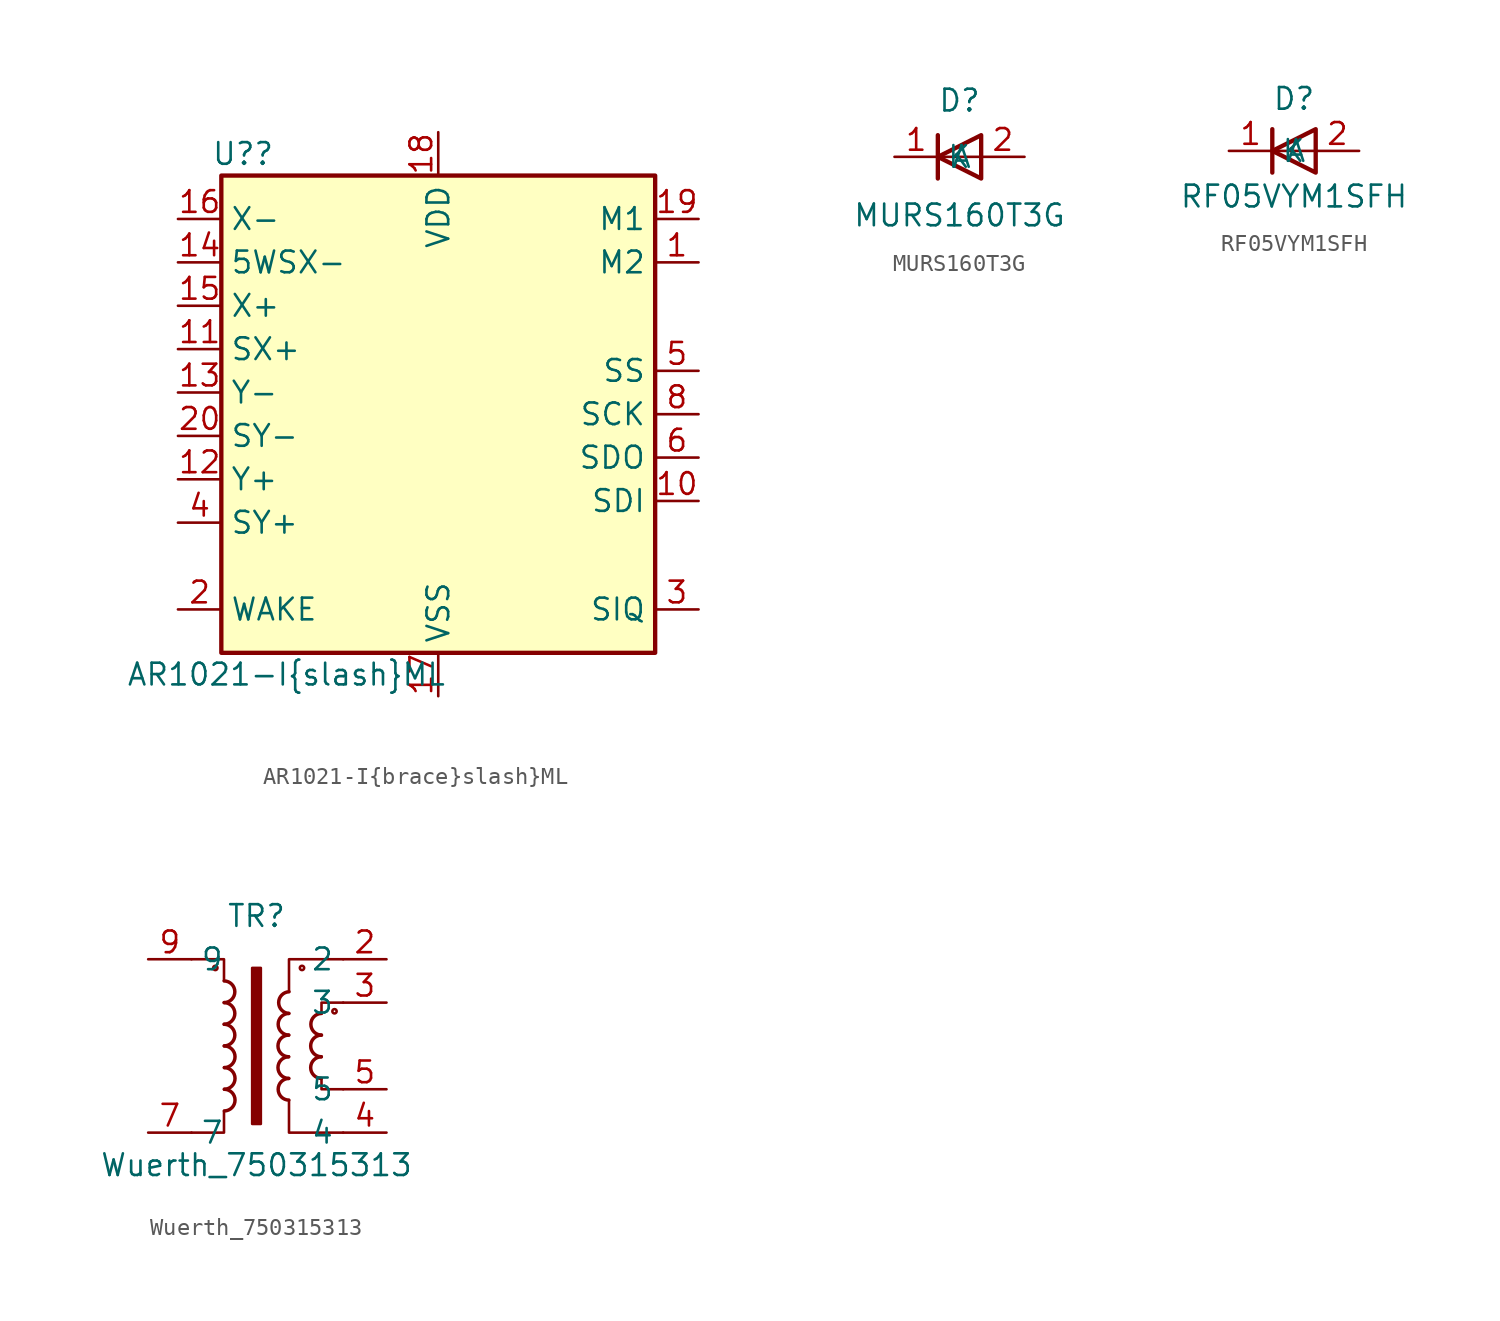
<source format=kicad_sym>
(kicad_symbol_lib
  (version 20211014)
  (generator kicad_symbol_editor)
  (symbol "AR1021-I{brace}slash}ML"
    (property "Reference" "U?"
      (at -11.43 15.24 0)
      (effects (font (size 1.27 1.27))))
    (property "Value" "AR1021-I{brace}slash}ML"
      (at -8.89 -15.24 0)
      (effects (font (size 1.27 1.27))))
    (symbol "AR1021-I{brace}slash}ML_0_1"
      (rectangle (start -12.7 13.97) (end 12.7 -13.97) (stroke (width 0.254) (type default) (color 0 0 0 0)) (fill (type background))))
    (symbol "AR1021-I{brace}slash}ML_1_1"
      (pin input line (at 15.24 8.89 180) (length 2.54) (name "M2" (effects (font (size 1.27 1.27)))) (number "1" (effects (font (size 1.27 1.27)))))
      (pin input line (at 15.24 -5.08 180) (length 2.54) (name "SDI" (effects (font (size 1.27 1.27)))) (number "10" (effects (font (size 1.27 1.27)))))
      (pin input line (at -15.24 3.81 0) (length 2.54) (name "SX+" (effects (font (size 1.27 1.27)))) (number "11" (effects (font (size 1.27 1.27)))))
      (pin input line (at -15.24 -3.81 0) (length 2.54) (name "Y+" (effects (font (size 1.27 1.27)))) (number "12" (effects (font (size 1.27 1.27)))))
      (pin input line (at -15.24 1.27 0) (length 2.54) (name "Y-" (effects (font (size 1.27 1.27)))) (number "13" (effects (font (size 1.27 1.27)))))
      (pin input line (at -15.24 8.89 0) (length 2.54) (name "5WSX-" (effects (font (size 1.27 1.27)))) (number "14" (effects (font (size 1.27 1.27)))))
      (pin input line (at -15.24 6.35 0) (length 2.54) (name "X+" (effects (font (size 1.27 1.27)))) (number "15" (effects (font (size 1.27 1.27)))))
      (pin input line (at -15.24 11.43 0) (length 2.54) (name "X-" (effects (font (size 1.27 1.27)))) (number "16" (effects (font (size 1.27 1.27)))))
      (pin power_in line (at 0 -16.51 90) (length 2.54) (name "VSS" (effects (font (size 1.27 1.27)))) (number "17" (effects (font (size 1.27 1.27)))))
      (pin power_in line (at 0 16.51 270) (length 2.54) (name "VDD" (effects (font (size 1.27 1.27)))) (number "18" (effects (font (size 1.27 1.27)))))
      (pin input line (at 15.24 11.43 180) (length 2.54) (name "M1" (effects (font (size 1.27 1.27)))) (number "19" (effects (font (size 1.27 1.27)))))
      (pin input line (at -15.24 -11.43 0) (length 2.54) (name "WAKE" (effects (font (size 1.27 1.27)))) (number "2" (effects (font (size 1.27 1.27)))))
      (pin input line (at -15.24 -1.27 0) (length 2.54) (name "SY-" (effects (font (size 1.27 1.27)))) (number "20" (effects (font (size 1.27 1.27)))))
      (pin output line (at 15.24 -11.43 180) (length 2.54) (name "SIQ" (effects (font (size 1.27 1.27)))) (number "3" (effects (font (size 1.27 1.27)))))
      (pin input line (at -15.24 -6.35 0) (length 2.54) (name "SY+" (effects (font (size 1.27 1.27)))) (number "4" (effects (font (size 1.27 1.27)))))
      (pin input line (at 15.24 2.54 180) (length 2.54) (name "SS" (effects (font (size 1.27 1.27)))) (number "5" (effects (font (size 1.27 1.27)))))
      (pin output line (at 15.24 -2.54 180) (length 2.54) (name "SDO" (effects (font (size 1.27 1.27)))) (number "6" (effects (font (size 1.27 1.27)))))
      (pin no_connect line (at 3.175 -13.97 90) (length 2.54) hide (name "NC" (effects (font (size 1.27 1.27)))) (number "7" (effects (font (size 1.27 1.27)))))
      (pin input line (at 15.24 0 180) (length 2.54) (name "SCK" (effects (font (size 1.27 1.27)))) (number "8" (effects (font (size 1.27 1.27)))))
      (pin no_connect line (at 5.08 -13.97 90) (length 2.54) hide (name "NC" (effects (font (size 1.27 1.27)))) (number "9" (effects (font (size 1.27 1.27)))))))
  (symbol "MURS160T3G"
    (property "Reference" "D"
      (at 0 3.302 0)
      (effects (font (size 1.27 1.27))))
    (property "Value" "MURS160T3G"
      (at 0 -3.429 0)
      (effects (font (size 1.27 1.27))))
    (symbol "MURS160T3G_0_1"
      (polyline (pts (xy -1.27 1.27) (xy -1.27 -1.27)) (stroke (width 0.254) (type default) (color 0 0 0 0)) (fill (type none)))
      (polyline (pts (xy 1.27 0) (xy -1.27 0)) (stroke (width 0) (type default) (color 0 0 0 0)) (fill (type none)))
      (polyline (pts (xy 1.27 1.27) (xy 1.27 -1.27) (xy -1.27 0) (xy 1.27 1.27)) (stroke (width 0.254) (type default) (color 0 0 0 0)) (fill (type none))))
    (symbol "MURS160T3G_1_1"
      (pin passive line (at -3.81 0 0) (length 2.54) (name "K" (effects (font (size 1.27 1.27)))) (number "1" (effects (font (size 1.27 1.27)))))
      (pin passive line (at 3.81 0 180) (length 2.54) (name "A" (effects (font (size 1.27 1.27)))) (number "2" (effects (font (size 1.27 1.27)))))))
  (symbol "RF05VYM1SFH"
    (property "Reference" "D"
      (at 0 3.048 0)
      (effects (font (size 1.27 1.27))))
    (property "Value" "RF05VYM1SFH"
      (at 0 -2.667 0)
      (effects (font (size 1.27 1.27))))
    (symbol "RF05VYM1SFH_0_1"
      (polyline (pts (xy -1.27 1.27) (xy -1.27 -1.27)) (stroke (width 0.254) (type default) (color 0 0 0 0)) (fill (type none)))
      (polyline (pts (xy 1.27 0) (xy -1.27 0)) (stroke (width 0) (type default) (color 0 0 0 0)) (fill (type none)))
      (polyline (pts (xy 1.27 1.27) (xy 1.27 -1.27) (xy -1.27 0) (xy 1.27 1.27)) (stroke (width 0.254) (type default) (color 0 0 0 0)) (fill (type none))))
    (symbol "RF05VYM1SFH_1_1"
      (pin passive line (at -3.81 0 0) (length 2.54) (name "K" (effects (font (size 1.27 1.27)))) (number "1" (effects (font (size 1.27 1.27)))))
      (pin passive line (at 3.81 0 180) (length 2.54) (name "A" (effects (font (size 1.27 1.27)))) (number "2" (effects (font (size 1.27 1.27)))))))
  (symbol "Wuerth_750315313"
    (property "Reference" "TR"
      (at 0 7.62 0)
      (effects (font (size 1.27 1.27))))
    (property "Value" "Wuerth_750315313"
      (at 0 -6.985 0)
      (effects (font (size 1.27 1.27))))
    (symbol "Wuerth_750315313_0_1"
      (circle (center -2.413 4.572) (radius 0.127) (stroke (width 0) (type default) (color 0 0 0 0)) (fill (type none)))
      (arc (start -1.8937 0) (mid -1.2699 0.635) (end -1.8937 1.27) (stroke (width 0.2032) (type default) (color 0 0 0 0)) (fill (type none)))
      (arc (start -1.8937 1.27) (mid -1.2699 1.905) (end -1.8937 2.54) (stroke (width 0.2032) (type default) (color 0 0 0 0)) (fill (type none)))
      (arc (start -1.8937 2.54) (mid -1.2699 3.175) (end -1.8937 3.81) (stroke (width 0.2032) (type default) (color 0 0 0 0)) (fill (type none)))
      (arc (start -1.8824 -3.81) (mid -1.2586 -3.175) (end -1.8824 -2.54) (stroke (width 0.2032) (type default) (color 0 0 0 0)) (fill (type none)))
      (arc (start -1.8824 -2.54) (mid -1.2586 -1.905) (end -1.8824 -1.27) (stroke (width 0.2032) (type default) (color 0 0 0 0)) (fill (type none)))
      (arc (start -1.8824 -1.27) (mid -1.2586 -0.635) (end -1.8824 0) (stroke (width 0.2032) (type default) (color 0 0 0 0)) (fill (type none)))
      (rectangle (start -0.254 4.572) (end 0.254 -4.572) (stroke (width 0) (type default) (color 0 0 0 0)) (fill (type outline)))
      (polyline (pts (xy -3.81 -5.08) (xy -1.905 -5.08) (xy -1.905 -3.81)) (stroke (width 0) (type default) (color 0 0 0 0)) (fill (type none)))
      (polyline (pts (xy -3.81 5.08) (xy -1.905 5.08) (xy -1.905 3.81)) (stroke (width 0) (type default) (color 0 0 0 0)) (fill (type none)))
      (polyline (pts (xy 3.81 1.905) (xy 3.81 2.54) (xy 5.08 2.54)) (stroke (width 0) (type default) (color 0 0 0 0)) (fill (type none)))
      (polyline (pts (xy 5.08 -5.08) (xy 1.905 -5.08) (xy 1.905 -3.175)) (stroke (width 0) (type default) (color 0 0 0 0)) (fill (type none)))
      (polyline (pts (xy 5.08 -2.54) (xy 3.81 -2.54) (xy 3.81 -1.905)) (stroke (width 0) (type default) (color 0 0 0 0)) (fill (type none)))
      (polyline (pts (xy 5.08 5.08) (xy 1.905 5.08) (xy 1.905 3.175)) (stroke (width 0) (type default) (color 0 0 0 0)) (fill (type none)))
      (arc (start 1.8824 -0.635) (mid 1.2586 -1.27) (end 1.8824 -1.905) (stroke (width 0.2032) (type default) (color 0 0 0 0)) (fill (type none)))
      (arc (start 1.8824 0.635) (mid 1.2586 0) (end 1.8824 -0.635) (stroke (width 0.2032) (type default) (color 0 0 0 0)) (fill (type none)))
      (arc (start 1.8937 -1.905) (mid 1.2699 -2.54) (end 1.8937 -3.175) (stroke (width 0.2032) (type default) (color 0 0 0 0)) (fill (type none)))
      (arc (start 1.8937 1.905) (mid 1.2699 1.27) (end 1.8937 0.635) (stroke (width 0.2032) (type default) (color 0 0 0 0)) (fill (type none)))
      (arc (start 1.905 3.175) (mid 1.2986 2.5454) (end 1.8937 1.905) (stroke (width 0.2032) (type default) (color 0 0 0 0)) (fill (type none)))
      (circle (center 2.667 4.572) (radius 0.127) (stroke (width 0) (type default) (color 0 0 0 0)) (fill (type none)))
      (arc (start 3.7987 -0.635) (mid 3.1749 -1.27) (end 3.7987 -1.905) (stroke (width 0.2032) (type default) (color 0 0 0 0)) (fill (type none)))
      (arc (start 3.7987 0.635) (mid 3.1749 0) (end 3.7987 -0.635) (stroke (width 0.2032) (type default) (color 0 0 0 0)) (fill (type none)))
      (arc (start 3.81 1.905) (mid 3.1862 1.27) (end 3.81 0.635) (stroke (width 0.2032) (type default) (color 0 0 0 0)) (fill (type none)))
      (circle (center 4.572 2.032) (radius 0.127) (stroke (width 0) (type default) (color 0 0 0 0)) (fill (type none))))
    (symbol "Wuerth_750315313_1_1"
      (pin passive line (at 7.62 5.08 180) (length 2.54) (name "2" (effects (font (size 1.27 1.27)))) (number "2" (effects (font (size 1.27 1.27)))))
      (pin passive line (at 7.62 2.54 180) (length 2.54) (name "3" (effects (font (size 1.27 1.27)))) (number "3" (effects (font (size 1.27 1.27)))))
      (pin passive line (at 7.62 -5.08 180) (length 2.54) (name "4" (effects (font (size 1.27 1.27)))) (number "4" (effects (font (size 1.27 1.27)))))
      (pin passive line (at 7.62 -2.54 180) (length 2.54) (name "5" (effects (font (size 1.27 1.27)))) (number "5" (effects (font (size 1.27 1.27)))))
      (pin passive line (at -6.35 -5.08 0) (length 2.54) (name "7" (effects (font (size 1.27 1.27)))) (number "7" (effects (font (size 1.27 1.27)))))
      (pin passive line (at -6.35 5.08 0) (length 2.54) (name "9" (effects (font (size 1.27 1.27)))) (number "9" (effects (font (size 1.27 1.27))))))))
</source>
